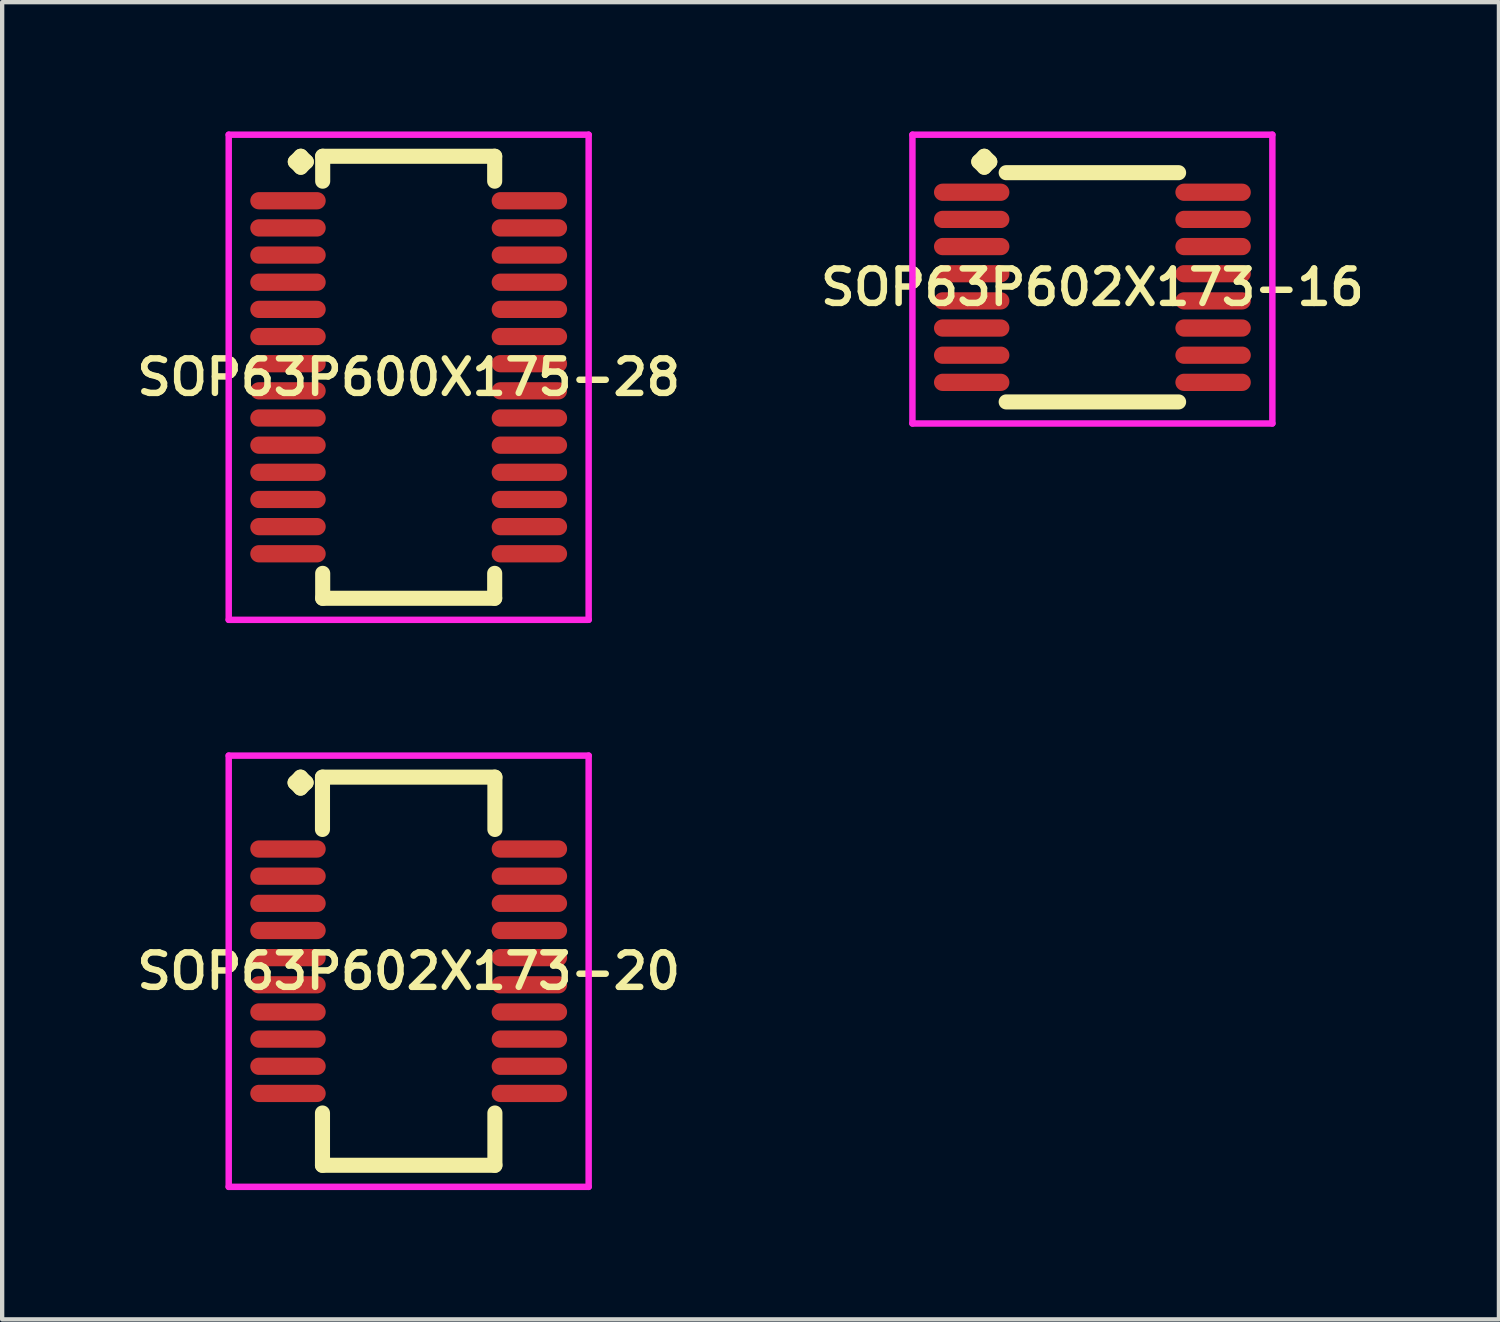
<source format=kicad_pcb>
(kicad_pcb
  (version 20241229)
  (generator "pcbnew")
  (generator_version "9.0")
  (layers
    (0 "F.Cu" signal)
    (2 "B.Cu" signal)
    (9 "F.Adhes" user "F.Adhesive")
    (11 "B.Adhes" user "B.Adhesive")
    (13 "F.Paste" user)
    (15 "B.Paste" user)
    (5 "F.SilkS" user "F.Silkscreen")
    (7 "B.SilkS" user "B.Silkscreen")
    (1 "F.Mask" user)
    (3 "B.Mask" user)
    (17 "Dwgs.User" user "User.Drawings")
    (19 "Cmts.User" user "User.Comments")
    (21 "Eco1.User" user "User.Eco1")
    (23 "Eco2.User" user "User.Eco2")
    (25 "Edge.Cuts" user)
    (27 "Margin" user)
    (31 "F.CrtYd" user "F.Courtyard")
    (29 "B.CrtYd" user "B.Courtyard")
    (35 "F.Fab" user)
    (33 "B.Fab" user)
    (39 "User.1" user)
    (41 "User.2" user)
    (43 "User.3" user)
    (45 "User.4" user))
  (footprint "SOP63P602X173-16"
    (layer "F.Cu")
    (at 22.292 3.615)
    (property "Reference" "SOP63P602X173-16" (at 0 0 0) (layer "F.SilkS") (effects (font (size 0.8 0.8) (thickness 0.15))))
    (attr smd)
    (fp_line (start -2.635 -2.913) (end -2.508 -3.04) (stroke (width 0.35) (type solid)) (layer "F.SilkS"))
    (fp_line (start -2.508 -3.04) (end -2.381 -2.913) (stroke (width 0.35) (type solid)) (layer "F.SilkS"))
    (fp_line (start -2.508 -2.786) (end -2.635 -2.913) (stroke (width 0.35) (type solid)) (layer "F.SilkS"))
    (fp_line (start -2.381 -2.913) (end -2.508 -2.786) (stroke (width 0.35) (type solid)) (layer "F.SilkS"))
    (fp_line (start -2 -2.659) (end 2 -2.659) (stroke (width 0.35) (type solid)) (layer "F.SilkS"))
    (fp_line (start -2 2.659) (end 2 2.659) (stroke (width 0.35) (type solid)) (layer "F.SilkS"))
    (fp_line (start -4.175 -3.54) (end 4.175 -3.54) (stroke (width 0.15) (type solid)) (layer "F.CrtYd"))
    (fp_line (start -4.175 3.159) (end -4.175 -3.54) (stroke (width 0.15) (type solid)) (layer "F.CrtYd"))
    (fp_line (start 4.175 -3.54) (end 4.175 3.159) (stroke (width 0.15) (type solid)) (layer "F.CrtYd"))
    (fp_line (start 4.175 3.159) (end -4.175 3.159) (stroke (width 0.15) (type solid)) (layer "F.CrtYd"))
    (pad "1" smd oval (at -2.8 -2.205) (size 1.75 0.4) (layers "F.Cu" "F.Mask" "F.Paste"))
    (pad "2" smd oval (at -2.8 -1.575) (size 1.75 0.4) (layers "F.Cu" "F.Mask" "F.Paste"))
    (pad "3" smd oval (at -2.8 -0.945) (size 1.75 0.4) (layers "F.Cu" "F.Mask" "F.Paste"))
    (pad "4" smd oval (at -2.8 -0.315) (size 1.75 0.4) (layers "F.Cu" "F.Mask" "F.Paste"))
    (pad "5" smd oval (at -2.8 0.315) (size 1.75 0.4) (layers "F.Cu" "F.Mask" "F.Paste"))
    (pad "6" smd oval (at -2.8 0.945) (size 1.75 0.4) (layers "F.Cu" "F.Mask" "F.Paste"))
    (pad "7" smd oval (at -2.8 1.575) (size 1.75 0.4) (layers "F.Cu" "F.Mask" "F.Paste"))
    (pad "8" smd oval (at -2.8 2.205) (size 1.75 0.4) (layers "F.Cu" "F.Mask" "F.Paste"))
    (pad "9" smd oval (at 2.8 2.205) (size 1.75 0.4) (layers "F.Cu" "F.Mask" "F.Paste"))
    (pad "10" smd oval (at 2.8 1.575) (size 1.75 0.4) (layers "F.Cu" "F.Mask" "F.Paste"))
    (pad "11" smd oval (at 2.8 0.945) (size 1.75 0.4) (layers "F.Cu" "F.Mask" "F.Paste"))
    (pad "12" smd oval (at 2.8 0.315) (size 1.75 0.4) (layers "F.Cu" "F.Mask" "F.Paste"))
    (pad "13" smd oval (at 2.8 -0.315) (size 1.75 0.4) (layers "F.Cu" "F.Mask" "F.Paste"))
    (pad "14" smd oval (at 2.8 -0.945) (size 1.75 0.4) (layers "F.Cu" "F.Mask" "F.Paste"))
    (pad "15" smd oval (at 2.8 -1.575) (size 1.75 0.4) (layers "F.Cu" "F.Mask" "F.Paste"))
    (pad "16" smd oval (at 2.8 -2.205) (size 1.75 0.4) (layers "F.Cu" "F.Mask" "F.Paste")))
  (footprint "SOP63P602X173-20"
    (layer "F.Cu")
    (at 6.431 19.481)
    (property "Reference" "SOP63P602X173-20" (at 0 0 0) (layer "F.SilkS") (effects (font (size 0.8 0.8) (thickness 0.15))))
    (attr smd)
    (fp_line (start -2.635 -4.375) (end -2.508 -4.502) (stroke (width 0.35) (type solid)) (layer "F.SilkS"))
    (fp_line (start -2.508 -4.502) (end -2.381 -4.375) (stroke (width 0.35) (type solid)) (layer "F.SilkS"))
    (fp_line (start -2.508 -4.248) (end -2.635 -4.375) (stroke (width 0.35) (type solid)) (layer "F.SilkS"))
    (fp_line (start -2.381 -4.375) (end -2.508 -4.248) (stroke (width 0.35) (type solid)) (layer "F.SilkS"))
    (fp_line (start -2 -4.502) (end 2 -4.502) (stroke (width 0.35) (type solid)) (layer "F.SilkS"))
    (fp_line (start -2 -3.289) (end -2 -4.502) (stroke (width 0.35) (type solid)) (layer "F.SilkS"))
    (fp_line (start -2 3.289) (end -2 4.502) (stroke (width 0.35) (type solid)) (layer "F.SilkS"))
    (fp_line (start -2 4.502) (end 2 4.502) (stroke (width 0.35) (type solid)) (layer "F.SilkS"))
    (fp_line (start 2 -4.502) (end 2 -3.289) (stroke (width 0.35) (type solid)) (layer "F.SilkS"))
    (fp_line (start 2 4.502) (end 2 3.289) (stroke (width 0.35) (type solid)) (layer "F.SilkS"))
    (fp_line (start -4.175 -5.002) (end 4.175 -5.002) (stroke (width 0.15) (type solid)) (layer "F.CrtYd"))
    (fp_line (start -4.175 5.002) (end -4.175 -5.002) (stroke (width 0.15) (type solid)) (layer "F.CrtYd"))
    (fp_line (start 4.175 -5.002) (end 4.175 5.002) (stroke (width 0.15) (type solid)) (layer "F.CrtYd"))
    (fp_line (start 4.175 5.002) (end -4.175 5.002) (stroke (width 0.15) (type solid)) (layer "F.CrtYd"))
    (pad "1" smd oval (at -2.8 -2.835) (size 1.75 0.4) (layers "F.Cu" "F.Mask" "F.Paste"))
    (pad "2" smd oval (at -2.8 -2.205) (size 1.75 0.4) (layers "F.Cu" "F.Mask" "F.Paste"))
    (pad "3" smd oval (at -2.8 -1.575) (size 1.75 0.4) (layers "F.Cu" "F.Mask" "F.Paste"))
    (pad "4" smd oval (at -2.8 -0.945) (size 1.75 0.4) (layers "F.Cu" "F.Mask" "F.Paste"))
    (pad "5" smd oval (at -2.8 -0.315) (size 1.75 0.4) (layers "F.Cu" "F.Mask" "F.Paste"))
    (pad "6" smd oval (at -2.8 0.315) (size 1.75 0.4) (layers "F.Cu" "F.Mask" "F.Paste"))
    (pad "7" smd oval (at -2.8 0.945) (size 1.75 0.4) (layers "F.Cu" "F.Mask" "F.Paste"))
    (pad "8" smd oval (at -2.8 1.575) (size 1.75 0.4) (layers "F.Cu" "F.Mask" "F.Paste"))
    (pad "9" smd oval (at -2.8 2.205) (size 1.75 0.4) (layers "F.Cu" "F.Mask" "F.Paste"))
    (pad "10" smd oval (at -2.8 2.835) (size 1.75 0.4) (layers "F.Cu" "F.Mask" "F.Paste"))
    (pad "11" smd oval (at 2.8 2.835) (size 1.75 0.4) (layers "F.Cu" "F.Mask" "F.Paste"))
    (pad "12" smd oval (at 2.8 2.205) (size 1.75 0.4) (layers "F.Cu" "F.Mask" "F.Paste"))
    (pad "13" smd oval (at 2.8 1.575) (size 1.75 0.4) (layers "F.Cu" "F.Mask" "F.Paste"))
    (pad "14" smd oval (at 2.8 0.945) (size 1.75 0.4) (layers "F.Cu" "F.Mask" "F.Paste"))
    (pad "15" smd oval (at 2.8 0.315) (size 1.75 0.4) (layers "F.Cu" "F.Mask" "F.Paste"))
    (pad "16" smd oval (at 2.8 -0.315) (size 1.75 0.4) (layers "F.Cu" "F.Mask" "F.Paste"))
    (pad "17" smd oval (at 2.8 -0.945) (size 1.75 0.4) (layers "F.Cu" "F.Mask" "F.Paste"))
    (pad "18" smd oval (at 2.8 -1.575) (size 1.75 0.4) (layers "F.Cu" "F.Mask" "F.Paste"))
    (pad "19" smd oval (at 2.8 -2.205) (size 1.75 0.4) (layers "F.Cu" "F.Mask" "F.Paste"))
    (pad "20" smd oval (at 2.8 -2.835) (size 1.75 0.4) (layers "F.Cu" "F.Mask" "F.Paste")))
  (footprint "SOP63P600X175-28"
    (layer "F.Cu")
    (at 6.431 5.702)
    (property "Reference" "SOP63P600X175-28" (at 0 0 0) (layer "F.SilkS") (effects (font (size 0.8 0.8) (thickness 0.15))))
    (attr smd)
    (fp_line (start -2.63 -5) (end -2.503 -5.127) (stroke (width 0.35) (type solid)) (layer "F.SilkS"))
    (fp_line (start -2.503 -5.127) (end -2.376 -5) (stroke (width 0.35) (type solid)) (layer "F.SilkS"))
    (fp_line (start -2.503 -4.873) (end -2.63 -5) (stroke (width 0.35) (type solid)) (layer "F.SilkS"))
    (fp_line (start -2.376 -5) (end -2.503 -4.873) (stroke (width 0.35) (type solid)) (layer "F.SilkS"))
    (fp_line (start -1.995 -5.127) (end 1.995 -5.127) (stroke (width 0.35) (type solid)) (layer "F.SilkS"))
    (fp_line (start -1.995 -4.549) (end -1.995 -5.127) (stroke (width 0.35) (type solid)) (layer "F.SilkS"))
    (fp_line (start -1.995 4.549) (end -1.995 5.127) (stroke (width 0.35) (type solid)) (layer "F.SilkS"))
    (fp_line (start -1.995 5.127) (end 1.995 5.127) (stroke (width 0.35) (type solid)) (layer "F.SilkS"))
    (fp_line (start 1.995 -5.127) (end 1.995 -4.549) (stroke (width 0.35) (type solid)) (layer "F.SilkS"))
    (fp_line (start 1.995 5.127) (end 1.995 4.549) (stroke (width 0.35) (type solid)) (layer "F.SilkS"))
    (fp_line (start -4.175 -5.627) (end 4.175 -5.627) (stroke (width 0.15) (type solid)) (layer "F.CrtYd"))
    (fp_line (start -4.175 5.627) (end -4.175 -5.627) (stroke (width 0.15) (type solid)) (layer "F.CrtYd"))
    (fp_line (start 4.175 -5.627) (end 4.175 5.627) (stroke (width 0.15) (type solid)) (layer "F.CrtYd"))
    (fp_line (start 4.175 5.627) (end -4.175 5.627) (stroke (width 0.15) (type solid)) (layer "F.CrtYd"))
    (pad "1" smd oval (at -2.8 -4.095) (size 1.75 0.4) (layers "F.Cu" "F.Mask" "F.Paste"))
    (pad "2" smd oval (at -2.8 -3.465) (size 1.75 0.4) (layers "F.Cu" "F.Mask" "F.Paste"))
    (pad "3" smd oval (at -2.8 -2.835) (size 1.75 0.4) (layers "F.Cu" "F.Mask" "F.Paste"))
    (pad "4" smd oval (at -2.8 -2.205) (size 1.75 0.4) (layers "F.Cu" "F.Mask" "F.Paste"))
    (pad "5" smd oval (at -2.8 -1.575) (size 1.75 0.4) (layers "F.Cu" "F.Mask" "F.Paste"))
    (pad "6" smd oval (at -2.8 -0.945) (size 1.75 0.4) (layers "F.Cu" "F.Mask" "F.Paste"))
    (pad "7" smd oval (at -2.8 -0.315) (size 1.75 0.4) (layers "F.Cu" "F.Mask" "F.Paste"))
    (pad "8" smd oval (at -2.8 0.315) (size 1.75 0.4) (layers "F.Cu" "F.Mask" "F.Paste"))
    (pad "9" smd oval (at -2.8 0.945) (size 1.75 0.4) (layers "F.Cu" "F.Mask" "F.Paste"))
    (pad "10" smd oval (at -2.8 1.575) (size 1.75 0.4) (layers "F.Cu" "F.Mask" "F.Paste"))
    (pad "11" smd oval (at -2.8 2.205) (size 1.75 0.4) (layers "F.Cu" "F.Mask" "F.Paste"))
    (pad "12" smd oval (at -2.8 2.835) (size 1.75 0.4) (layers "F.Cu" "F.Mask" "F.Paste"))
    (pad "13" smd oval (at -2.8 3.465) (size 1.75 0.4) (layers "F.Cu" "F.Mask" "F.Paste"))
    (pad "14" smd oval (at -2.8 4.095) (size 1.75 0.4) (layers "F.Cu" "F.Mask" "F.Paste"))
    (pad "15" smd oval (at 2.8 4.095) (size 1.75 0.4) (layers "F.Cu" "F.Mask" "F.Paste"))
    (pad "16" smd oval (at 2.8 3.465) (size 1.75 0.4) (layers "F.Cu" "F.Mask" "F.Paste"))
    (pad "17" smd oval (at 2.8 2.835) (size 1.75 0.4) (layers "F.Cu" "F.Mask" "F.Paste"))
    (pad "18" smd oval (at 2.8 2.205) (size 1.75 0.4) (layers "F.Cu" "F.Mask" "F.Paste"))
    (pad "19" smd oval (at 2.8 1.575) (size 1.75 0.4) (layers "F.Cu" "F.Mask" "F.Paste"))
    (pad "20" smd oval (at 2.8 0.945) (size 1.75 0.4) (layers "F.Cu" "F.Mask" "F.Paste"))
    (pad "21" smd oval (at 2.8 0.315) (size 1.75 0.4) (layers "F.Cu" "F.Mask" "F.Paste"))
    (pad "22" smd oval (at 2.8 -0.315) (size 1.75 0.4) (layers "F.Cu" "F.Mask" "F.Paste"))
    (pad "23" smd oval (at 2.8 -0.945) (size 1.75 0.4) (layers "F.Cu" "F.Mask" "F.Paste"))
    (pad "24" smd oval (at 2.8 -1.575) (size 1.75 0.4) (layers "F.Cu" "F.Mask" "F.Paste"))
    (pad "25" smd oval (at 2.8 -2.205) (size 1.75 0.4) (layers "F.Cu" "F.Mask" "F.Paste"))
    (pad "26" smd oval (at 2.8 -2.835) (size 1.75 0.4) (layers "F.Cu" "F.Mask" "F.Paste"))
    (pad "27" smd oval (at 2.8 -3.465) (size 1.75 0.4) (layers "F.Cu" "F.Mask" "F.Paste"))
    (pad "28" smd oval (at 2.8 -4.095) (size 1.75 0.4) (layers "F.Cu" "F.Mask" "F.Paste")))
  (gr_rect
    (start -3 -3)
    (end 31.723 27.558)
    (stroke (width 0.1) (type default))
    (fill no)
    (layer "Edge.Cuts")))
</source>
